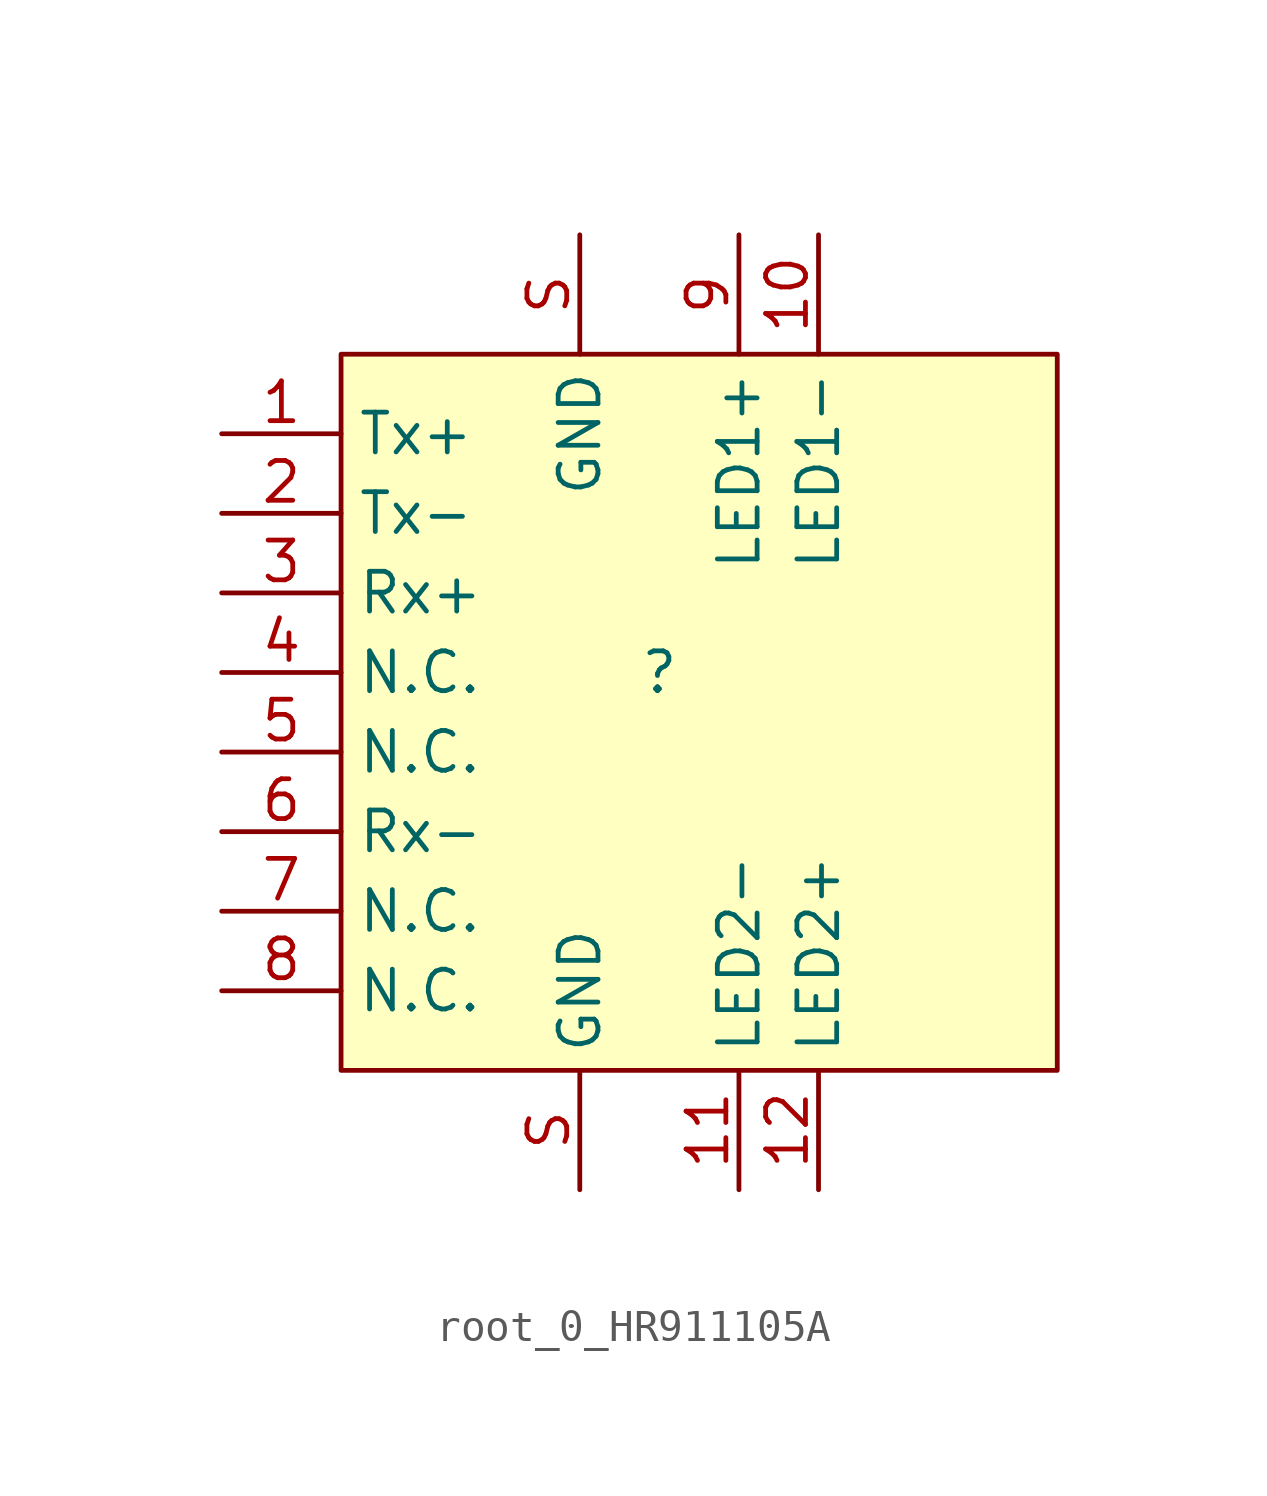
<source format=kicad_sym>
(kicad_symbol_lib
  (version 20220914)
  (generator kicad_symbol_editor)
  (symbol "root_0_HR911105A"
    (property "Reference" ""
      (at 0 0 0)
      (effects (font (size 1.27 1.27))))
    (property "Value" ""
      (at 0 0 0)
      (effects (font (size 1.27 1.27))))
    (symbol "root_0_HR911105A_1_0"
      (rectangle (start 12.7 10.16) (end -10.16 -12.7) (stroke (width 0) (type solid)) (fill (type background)))
      (pin passive line (at -13.97 7.62 0) (length 3.81) (name "Tx+" (effects (font (size 1.27 1.27)))) (number "1" (effects (font (size 1.27 1.27)))))
      (pin passive line (at 5.08 13.97 270) (length 3.81) (name "LED1-" (effects (font (size 1.27 1.27)))) (number "10" (effects (font (size 1.27 1.27)))))
      (pin passive line (at 2.54 -16.51 90) (length 3.81) (name "LED2-" (effects (font (size 1.27 1.27)))) (number "11" (effects (font (size 1.27 1.27)))))
      (pin passive line (at 5.08 -16.51 90) (length 3.81) (name "LED2+" (effects (font (size 1.27 1.27)))) (number "12" (effects (font (size 1.27 1.27)))))
      (pin passive line (at -13.97 5.08 0) (length 3.81) (name "Tx-" (effects (font (size 1.27 1.27)))) (number "2" (effects (font (size 1.27 1.27)))))
      (pin passive line (at -13.97 2.54 0) (length 3.81) (name "Rx+" (effects (font (size 1.27 1.27)))) (number "3" (effects (font (size 1.27 1.27)))))
      (pin passive line (at -13.97 0 0) (length 3.81) (name "N.C." (effects (font (size 1.27 1.27)))) (number "4" (effects (font (size 1.27 1.27)))))
      (pin passive line (at -13.97 -2.54 0) (length 3.81) (name "N.C." (effects (font (size 1.27 1.27)))) (number "5" (effects (font (size 1.27 1.27)))))
      (pin passive line (at -13.97 -5.08 0) (length 3.81) (name "Rx-" (effects (font (size 1.27 1.27)))) (number "6" (effects (font (size 1.27 1.27)))))
      (pin passive line (at -13.97 -7.62 0) (length 3.81) (name "N.C." (effects (font (size 1.27 1.27)))) (number "7" (effects (font (size 1.27 1.27)))))
      (pin passive line (at -13.97 -10.16 0) (length 3.81) (name "N.C." (effects (font (size 1.27 1.27)))) (number "8" (effects (font (size 1.27 1.27)))))
      (pin passive line (at 2.54 13.97 270) (length 3.81) (name "LED1+" (effects (font (size 1.27 1.27)))) (number "9" (effects (font (size 1.27 1.27)))))
      (pin passive line (at -2.54 -16.51 90) (length 3.81) (name "GND" (effects (font (size 1.27 1.27)))) (number "S" (effects (font (size 1.27 1.27)))))
      (pin passive line (at -2.54 13.97 270) (length 3.81) (name "GND" (effects (font (size 1.27 1.27)))) (number "S" (effects (font (size 1.27 1.27))))))))
</source>
